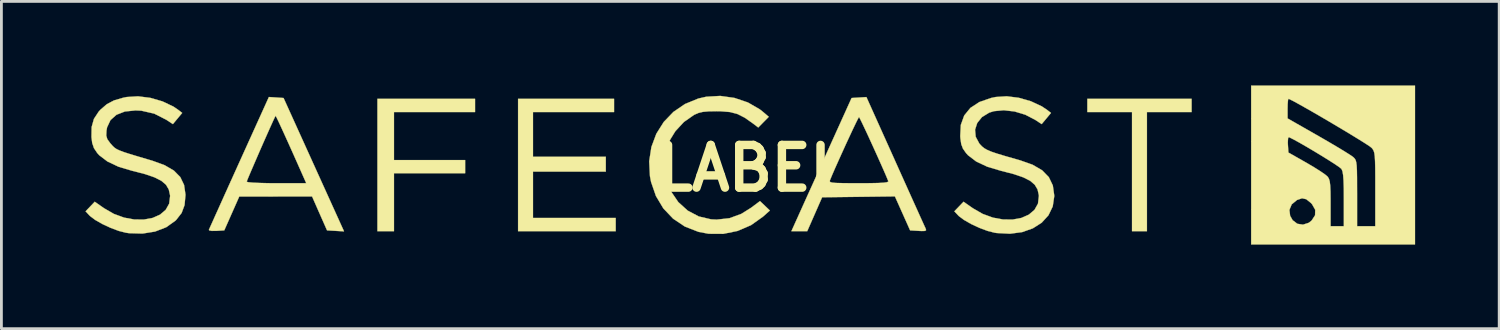
<source format=kicad_pcb>
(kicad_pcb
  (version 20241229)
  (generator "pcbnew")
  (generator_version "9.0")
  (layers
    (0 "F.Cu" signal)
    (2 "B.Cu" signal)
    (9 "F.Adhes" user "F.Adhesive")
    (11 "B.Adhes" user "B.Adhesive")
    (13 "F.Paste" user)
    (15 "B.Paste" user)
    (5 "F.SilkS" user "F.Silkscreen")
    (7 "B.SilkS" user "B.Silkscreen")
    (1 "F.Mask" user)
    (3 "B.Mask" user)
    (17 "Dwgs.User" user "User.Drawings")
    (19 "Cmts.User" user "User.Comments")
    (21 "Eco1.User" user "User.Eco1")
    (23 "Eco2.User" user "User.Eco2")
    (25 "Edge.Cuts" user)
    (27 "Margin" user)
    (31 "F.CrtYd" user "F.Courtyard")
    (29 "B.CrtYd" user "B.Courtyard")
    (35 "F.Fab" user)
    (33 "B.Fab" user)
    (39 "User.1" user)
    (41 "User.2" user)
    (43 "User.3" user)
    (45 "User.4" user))
  (footprint "LABEL"
    (layer "F.Cu")
    (at 23.772 2.958)
    (property "Reference" "LABEL" (at 0 0 0) (layer "F.SilkS") (effects (font (size 1.524 1.524) (thickness 0.3))))
    (attr through_hole)
    (fp_poly (pts (xy 15.713 -2.008) (xy 14.118 -2.008) (xy 14.118 2.245) (xy 13.586 2.245) (xy 13.586 -2.008) (xy 11.991 -2.008) (xy 11.991 -2.481) (xy 15.713 -2.481) (xy 15.713 -2.008)) (stroke (width 0.01) (type solid)) (fill yes) (layer "F.SilkS"))
    (fp_poly (pts (xy -9.865 -2.008) (xy -12.759 -2.008) (xy -12.759 -0.295) (xy -10.219 -0.295) (xy -10.219 0.177) (xy -12.759 0.177) (xy -12.759 2.245) (xy -13.35 2.245) (xy -13.35 -2.481) (xy -9.865 -2.481) (xy -9.865 -2.008)) (stroke (width 0.01) (type solid)) (fill yes) (layer "F.SilkS"))
    (fp_poly (pts (xy -4.903 -2.008) (xy -7.797 -2.008) (xy -7.797 -0.413) (xy -5.198 -0.413) (xy -5.198 0.118) (xy -7.797 0.118) (xy -7.797 1.772) (xy -4.844 1.772) (xy -4.844 2.245) (xy -8.329 2.245) (xy -8.329 -2.481) (xy -4.903 -2.481) (xy -4.903 -2.008)) (stroke (width 0.01) (type solid)) (fill yes) (layer "F.SilkS"))
    (fp_poly (pts (xy -16.962 -2.528) (xy -16.7 -2.51) (xy -15.621 -0.13) (xy -14.542 2.25) (xy -14.845 2.233) (xy -15.148 2.215) (xy -15.416 1.61) (xy -15.683 1.004) (xy -16.982 1.006) (xy -18.282 1.008) (xy -18.549 1.611) (xy -18.817 2.215) (xy -19.102 2.233) (xy -19.263 2.234) (xy -19.356 2.215) (xy -19.366 2.197) (xy -19.338 2.133) (xy -19.266 1.973) (xy -19.156 1.728) (xy -19.012 1.409) (xy -18.84 1.027) (xy -18.645 0.594) (xy -18.592 0.478) (xy -18.016 0.478) (xy -17.96 0.496) (xy -17.803 0.511) (xy -17.562 0.522) (xy -17.254 0.53) (xy -16.954 0.532) (xy -15.891 0.532) (xy -16.041 0.192) (xy -16.244 -0.265) (xy -16.433 -0.688) (xy -16.603 -1.065) (xy -16.748 -1.383) (xy -16.863 -1.632) (xy -16.943 -1.799) (xy -16.982 -1.873) (xy -16.985 -1.876) (xy -17.018 -1.812) (xy -17.088 -1.66) (xy -17.188 -1.439) (xy -17.308 -1.169) (xy -17.441 -0.869) (xy -17.577 -0.558) (xy -17.708 -0.256) (xy -17.826 0.018) (xy -17.923 0.244) (xy -17.989 0.403) (xy -18.016 0.476) (xy -18.016 0.478) (xy -18.592 0.478) (xy -18.431 0.121) (xy -18.285 -0.202) (xy -17.224 -2.545) (xy -16.962 -2.528)) (stroke (width 0.01) (type solid)) (fill yes) (layer "F.SilkS"))
    (fp_poly (pts (xy -0.607 -2.513) (xy -0.127 -2.351) (xy 0.299 -2.105) (xy 0.413 -2.015) (xy 0.62 -1.839) (xy 0.244 -1.457) (xy 0.048 -1.606) (xy -0.24 -1.808) (xy -0.495 -1.937) (xy -0.761 -2.008) (xy -1.081 -2.035) (xy -1.24 -2.038) (xy -1.527 -2.033) (xy -1.73 -2.015) (xy -1.886 -1.978) (xy -2.03 -1.916) (xy -2.055 -1.902) (xy -2.411 -1.653) (xy -2.716 -1.323) (xy -2.896 -1.031) (xy -2.964 -0.879) (xy -3.007 -0.731) (xy -3.031 -0.553) (xy -3.04 -0.312) (xy -3.042 -0.118) (xy -3.039 0.171) (xy -3.027 0.377) (xy -2.999 0.531) (xy -2.949 0.669) (xy -2.88 0.81) (xy -2.611 1.205) (xy -2.274 1.51) (xy -1.88 1.718) (xy -1.441 1.821) (xy -1.24 1.831) (xy -0.783 1.781) (xy -0.359 1.625) (xy -0.009 1.406) (xy 0.306 1.17) (xy 0.659 1.506) (xy 0.412 1.726) (xy -0.014 2.029) (xy -0.493 2.235) (xy -1.005 2.339) (xy -1.528 2.336) (xy -1.889 2.268) (xy -2.375 2.079) (xy -2.796 1.797) (xy -3.144 1.43) (xy -3.408 0.99) (xy -3.582 0.487) (xy -3.622 0.279) (xy -3.649 -0.254) (xy -3.57 -0.762) (xy -3.394 -1.234) (xy -3.129 -1.655) (xy -2.785 -2.013) (xy -2.371 -2.296) (xy -1.897 -2.49) (xy -1.612 -2.555) (xy -1.112 -2.584) (xy -0.607 -2.513)) (stroke (width 0.01) (type solid)) (fill yes) (layer "F.SilkS"))
    (fp_poly (pts (xy 5.135 -0.253) (xy 5.355 0.237) (xy 5.562 0.697) (xy 5.749 1.113) (xy 5.913 1.475) (xy 6.046 1.771) (xy 6.145 1.989) (xy 6.204 2.117) (xy 6.217 2.144) (xy 6.236 2.206) (xy 6.199 2.235) (xy 6.081 2.239) (xy 5.967 2.233) (xy 5.665 2.215) (xy 5.122 1.002) (xy 3.823 1.018) (xy 2.524 1.034) (xy 1.992 2.245) (xy 1.427 2.245) (xy 1.86 1.285) (xy 2.012 0.948) (xy 2.2 0.533) (xy 2.231 0.465) (xy 2.797 0.465) (xy 2.819 0.492) (xy 2.886 0.51) (xy 3.012 0.522) (xy 3.213 0.528) (xy 3.504 0.531) (xy 3.84 0.532) (xy 4.236 0.53) (xy 4.526 0.524) (xy 4.723 0.513) (xy 4.838 0.497) (xy 4.885 0.473) (xy 4.886 0.458) (xy 4.816 0.288) (xy 4.715 0.055) (xy 4.592 -0.222) (xy 4.456 -0.525) (xy 4.315 -0.835) (xy 4.179 -1.133) (xy 4.054 -1.4) (xy 3.951 -1.618) (xy 3.877 -1.768) (xy 3.842 -1.83) (xy 3.841 -1.831) (xy 3.81 -1.78) (xy 3.74 -1.641) (xy 3.639 -1.431) (xy 3.517 -1.17) (xy 3.381 -0.878) (xy 3.242 -0.572) (xy 3.107 -0.273) (xy 2.984 0.002) (xy 2.884 0.232) (xy 2.815 0.399) (xy 2.803 0.428) (xy 2.797 0.465) (xy 2.231 0.465) (xy 2.408 0.071) (xy 2.625 -0.408) (xy 2.836 -0.875) (xy 2.935 -1.093) (xy 3.576 -2.51) (xy 4.105 -2.543) (xy 5.135 -0.253)) (stroke (width 0.01) (type solid)) (fill yes) (layer "F.SilkS"))
    (fp_poly (pts (xy 9.546 -2.517) (xy 9.975 -2.394) (xy 10.364 -2.213) (xy 10.56 -2.081) (xy 10.694 -1.977) (xy 10.527 -1.777) (xy 10.361 -1.578) (xy 10.127 -1.732) (xy 9.777 -1.913) (xy 9.393 -2.029) (xy 9.009 -2.073) (xy 8.657 -2.04) (xy 8.487 -1.987) (xy 8.23 -1.829) (xy 8.06 -1.618) (xy 7.983 -1.377) (xy 8.006 -1.125) (xy 8.135 -0.885) (xy 8.156 -0.861) (xy 8.231 -0.782) (xy 8.313 -0.716) (xy 8.421 -0.655) (xy 8.57 -0.592) (xy 8.778 -0.522) (xy 9.06 -0.437) (xy 9.434 -0.33) (xy 9.589 -0.286) (xy 10.038 -0.127) (xy 10.378 0.071) (xy 10.617 0.316) (xy 10.759 0.612) (xy 10.809 0.965) (xy 10.81 0.996) (xy 10.756 1.36) (xy 10.603 1.677) (xy 10.362 1.941) (xy 10.045 2.143) (xy 9.664 2.277) (xy 9.231 2.335) (xy 8.758 2.31) (xy 8.683 2.299) (xy 8.428 2.234) (xy 8.137 2.125) (xy 7.845 1.989) (xy 7.59 1.844) (xy 7.407 1.707) (xy 7.387 1.687) (xy 7.244 1.535) (xy 7.408 1.364) (xy 7.572 1.193) (xy 7.903 1.424) (xy 8.255 1.627) (xy 8.619 1.76) (xy 8.981 1.826) (xy 9.325 1.829) (xy 9.637 1.771) (xy 9.902 1.654) (xy 10.104 1.483) (xy 10.229 1.261) (xy 10.261 0.989) (xy 10.259 0.956) (xy 10.214 0.755) (xy 10.115 0.588) (xy 9.951 0.447) (xy 9.707 0.323) (xy 9.371 0.208) (xy 8.931 0.094) (xy 8.908 0.089) (xy 8.419 -0.057) (xy 8.023 -0.244) (xy 7.729 -0.469) (xy 7.658 -0.549) (xy 7.55 -0.704) (xy 7.49 -0.863) (xy 7.459 -1.076) (xy 7.454 -1.151) (xy 7.475 -1.55) (xy 7.596 -1.885) (xy 7.816 -2.156) (xy 8.135 -2.365) (xy 8.555 -2.511) (xy 8.722 -2.546) (xy 9.115 -2.571) (xy 9.546 -2.517)) (stroke (width 0.01) (type solid)) (fill yes) (layer "F.SilkS"))
    (fp_poly (pts (xy -21.457 -2.515) (xy -21.022 -2.389) (xy -20.63 -2.203) (xy -20.452 -2.081) (xy -20.318 -1.977) (xy -20.485 -1.777) (xy -20.651 -1.578) (xy -20.884 -1.732) (xy -21.317 -1.952) (xy -21.777 -2.057) (xy -21.983 -2.067) (xy -22.365 -2.028) (xy -22.665 -1.911) (xy -22.878 -1.721) (xy -23 -1.462) (xy -23.021 -1.342) (xy -23.029 -1.168) (xy -22.991 -1.039) (xy -22.888 -0.898) (xy -22.862 -0.868) (xy -22.799 -0.797) (xy -22.737 -0.739) (xy -22.662 -0.688) (xy -22.557 -0.638) (xy -22.407 -0.581) (xy -22.196 -0.513) (xy -21.908 -0.426) (xy -21.528 -0.313) (xy -21.383 -0.271) (xy -20.945 -0.111) (xy -20.615 0.081) (xy -20.386 0.314) (xy -20.251 0.595) (xy -20.202 0.931) (xy -20.202 0.962) (xy -20.234 1.312) (xy -20.339 1.594) (xy -20.531 1.84) (xy -20.564 1.872) (xy -20.888 2.103) (xy -21.286 2.257) (xy -21.734 2.329) (xy -22.211 2.316) (xy -22.328 2.299) (xy -22.584 2.234) (xy -22.875 2.125) (xy -23.167 1.989) (xy -23.422 1.844) (xy -23.604 1.707) (xy -23.625 1.687) (xy -23.767 1.535) (xy -23.603 1.364) (xy -23.44 1.193) (xy -23.109 1.424) (xy -22.757 1.627) (xy -22.393 1.76) (xy -22.031 1.826) (xy -21.686 1.829) (xy -21.374 1.771) (xy -21.11 1.654) (xy -20.908 1.483) (xy -20.783 1.261) (xy -20.75 0.989) (xy -20.753 0.956) (xy -20.798 0.755) (xy -20.896 0.588) (xy -21.061 0.447) (xy -21.305 0.323) (xy -21.64 0.208) (xy -22.08 0.094) (xy -22.104 0.089) (xy -22.591 -0.056) (xy -22.986 -0.243) (xy -23.279 -0.466) (xy -23.352 -0.547) (xy -23.468 -0.72) (xy -23.531 -0.904) (xy -23.557 -1.117) (xy -23.551 -1.474) (xy -23.469 -1.765) (xy -23.3 -2.023) (xy -23.232 -2.097) (xy -23.008 -2.289) (xy -22.752 -2.424) (xy -22.427 -2.519) (xy -22.299 -2.545) (xy -21.896 -2.57) (xy -21.457 -2.515)) (stroke (width 0.01) (type solid)) (fill yes) (layer "F.SilkS"))
    (fp_poly (pts (xy 23.687 2.717) (xy 17.839 2.717) (xy 17.839 1.482) (xy 19.204 1.482) (xy 19.23 1.696) (xy 19.32 1.853) (xy 19.487 1.98) (xy 19.689 2.011) (xy 19.894 1.945) (xy 19.998 1.863) (xy 20.12 1.676) (xy 20.125 1.481) (xy 20.013 1.283) (xy 19.97 1.236) (xy 19.805 1.103) (xy 19.654 1.07) (xy 19.483 1.128) (xy 19.474 1.132) (xy 19.287 1.286) (xy 19.204 1.482) (xy 17.839 1.482) (xy 17.839 -0.948) (xy 19.147 -0.948) (xy 19.15 -0.849) (xy 19.168 -0.564) (xy 19.818 -0.195) (xy 20.076 -0.043) (xy 20.303 0.1) (xy 20.476 0.219) (xy 20.569 0.298) (xy 20.571 0.3) (xy 20.613 0.369) (xy 20.643 0.466) (xy 20.661 0.614) (xy 20.671 0.833) (xy 20.674 1.143) (xy 20.674 1.247) (xy 20.674 2.067) (xy 21.147 2.067) (xy 21.147 1.106) (xy 21.145 0.721) (xy 21.136 0.438) (xy 21.121 0.239) (xy 21.098 0.107) (xy 21.064 0.027) (xy 21.06 0.02) (xy 20.99 -0.038) (xy 20.839 -0.142) (xy 20.625 -0.279) (xy 20.371 -0.437) (xy 20.097 -0.603) (xy 19.823 -0.765) (xy 19.57 -0.911) (xy 19.358 -1.027) (xy 19.209 -1.102) (xy 19.183 -1.114) (xy 19.157 -1.074) (xy 19.147 -0.948) (xy 17.839 -0.948) (xy 17.839 -2.131) (xy 19.139 -2.131) (xy 19.139 -1.781) (xy 20.246 -1.15) (xy 20.582 -0.956) (xy 20.889 -0.775) (xy 21.151 -0.617) (xy 21.35 -0.492) (xy 21.469 -0.411) (xy 21.487 -0.396) (xy 21.532 -0.351) (xy 21.566 -0.297) (xy 21.589 -0.218) (xy 21.605 -0.097) (xy 21.614 0.083) (xy 21.618 0.339) (xy 21.619 0.688) (xy 21.62 0.896) (xy 21.62 2.067) (xy 22.269 2.067) (xy 22.269 0.742) (xy 22.269 0.312) (xy 22.267 -0.015) (xy 22.261 -0.256) (xy 22.251 -0.427) (xy 22.235 -0.545) (xy 22.211 -0.624) (xy 22.179 -0.682) (xy 22.136 -0.733) (xy 22.063 -0.79) (xy 21.905 -0.893) (xy 21.678 -1.035) (xy 21.399 -1.206) (xy 21.084 -1.395) (xy 20.748 -1.595) (xy 20.408 -1.795) (xy 20.079 -1.986) (xy 19.778 -2.158) (xy 19.52 -2.303) (xy 19.322 -2.41) (xy 19.2 -2.471) (xy 19.169 -2.481) (xy 19.153 -2.427) (xy 19.142 -2.288) (xy 19.139 -2.131) (xy 17.839 -2.131) (xy 17.839 -2.953) (xy 23.687 -2.953) (xy 23.687 2.717)) (stroke (width 0.01) (type solid)) (fill yes) (layer "F.SilkS")))
  (gr_rect
    (start -3 -3)
    (end 50.464 8.681)
    (stroke (width 0.1) (type default))
    (fill no)
    (layer "Edge.Cuts")))
</source>
